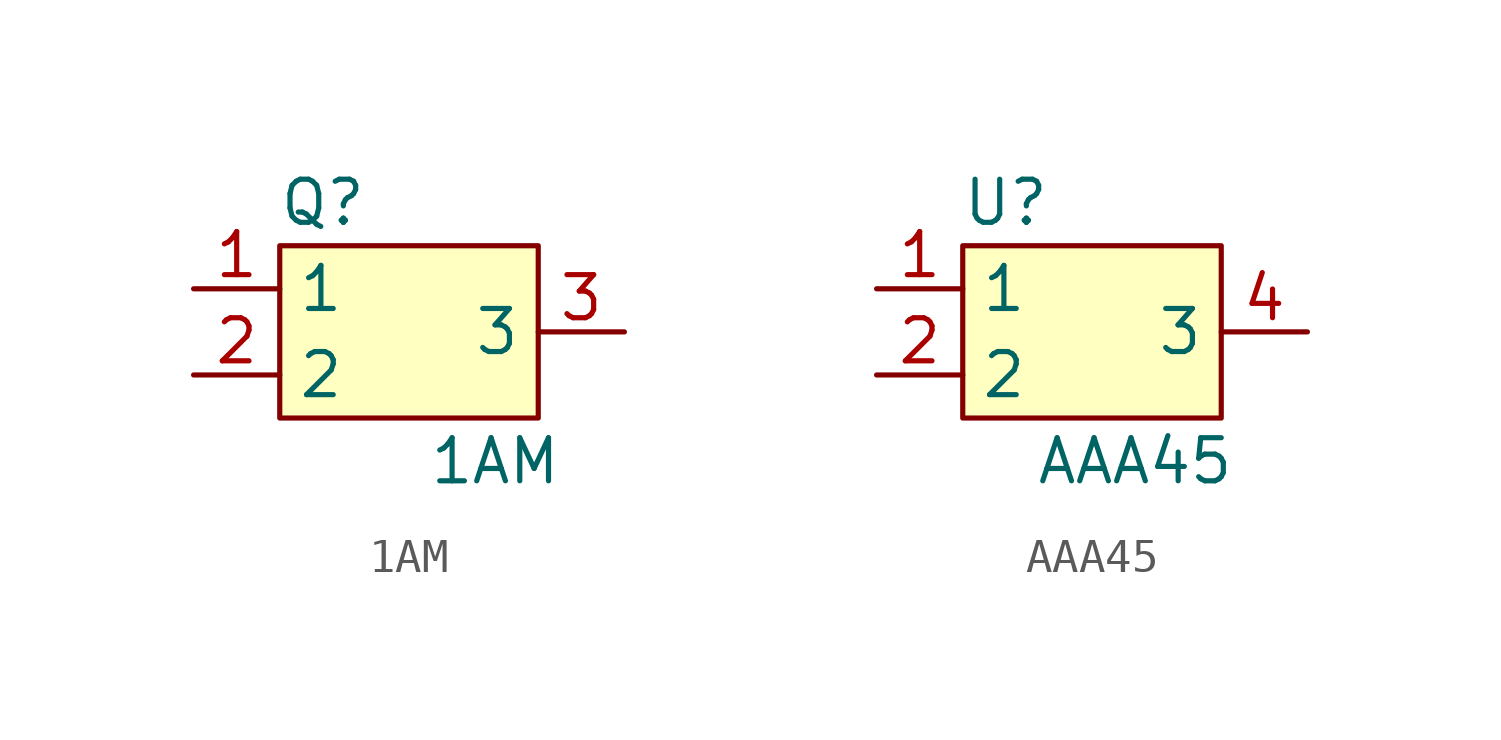
<source format=kicad_sym>
(kicad_symbol_lib
  (version 20211014)
  (generator kicad_symbol_editor)
  (symbol "1AM"
    (property "Reference" "Q"
      (at -2.54 3.81 0)
      (effects (font (size 1.27 1.27))))
    (property "Value" "1AM"
      (at 2.54 -3.81 0)
      (effects (font (size 1.27 1.27))))
    (symbol "1AM_0_0"
      (pin passive line (at -6.35 1.27 0) (length 2.54) (name "1" (effects (font (size 1.27 1.27)))) (number "1" (effects (font (size 1.27 1.27)))))
      (pin passive line (at -6.35 -1.27 0) (length 2.54) (name "2" (effects (font (size 1.27 1.27)))) (number "2" (effects (font (size 1.27 1.27)))))
      (pin passive line (at 6.35 0 180) (length 2.54) (name "3" (effects (font (size 1.27 1.27)))) (number "3" (effects (font (size 1.27 1.27))))))
    (symbol "1AM_0_1"
      (rectangle (start -3.81 2.54) (end 3.81 -2.54) (stroke (width 0) (type default) (color 0 0 0 0)) (fill (type background)))))
  (symbol "AAA45"
    (property "Reference" "U"
      (at -2.54 3.81 0)
      (effects (font (size 1.27 1.27))))
    (property "Value" "AAA45"
      (at 1.27 -3.81 0)
      (effects (font (size 1.27 1.27))))
    (symbol "AAA45_0_0"
      (pin passive line (at -6.35 1.27 0) (length 2.54) (name "1" (effects (font (size 1.27 1.27)))) (number "1" (effects (font (size 1.27 1.27)))))
      (pin passive line (at -6.35 -1.27 0) (length 2.54) (name "2" (effects (font (size 1.27 1.27)))) (number "2" (effects (font (size 1.27 1.27)))))
      (pin passive line (at 6.35 0 180) (length 2.54) (name "3" (effects (font (size 1.27 1.27)))) (number "4" (effects (font (size 1.27 1.27))))))
    (symbol "AAA45_0_1"
      (rectangle (start -3.81 2.54) (end 3.81 -2.54) (stroke (width 0) (type default) (color 0 0 0 0)) (fill (type background))))))
</source>
